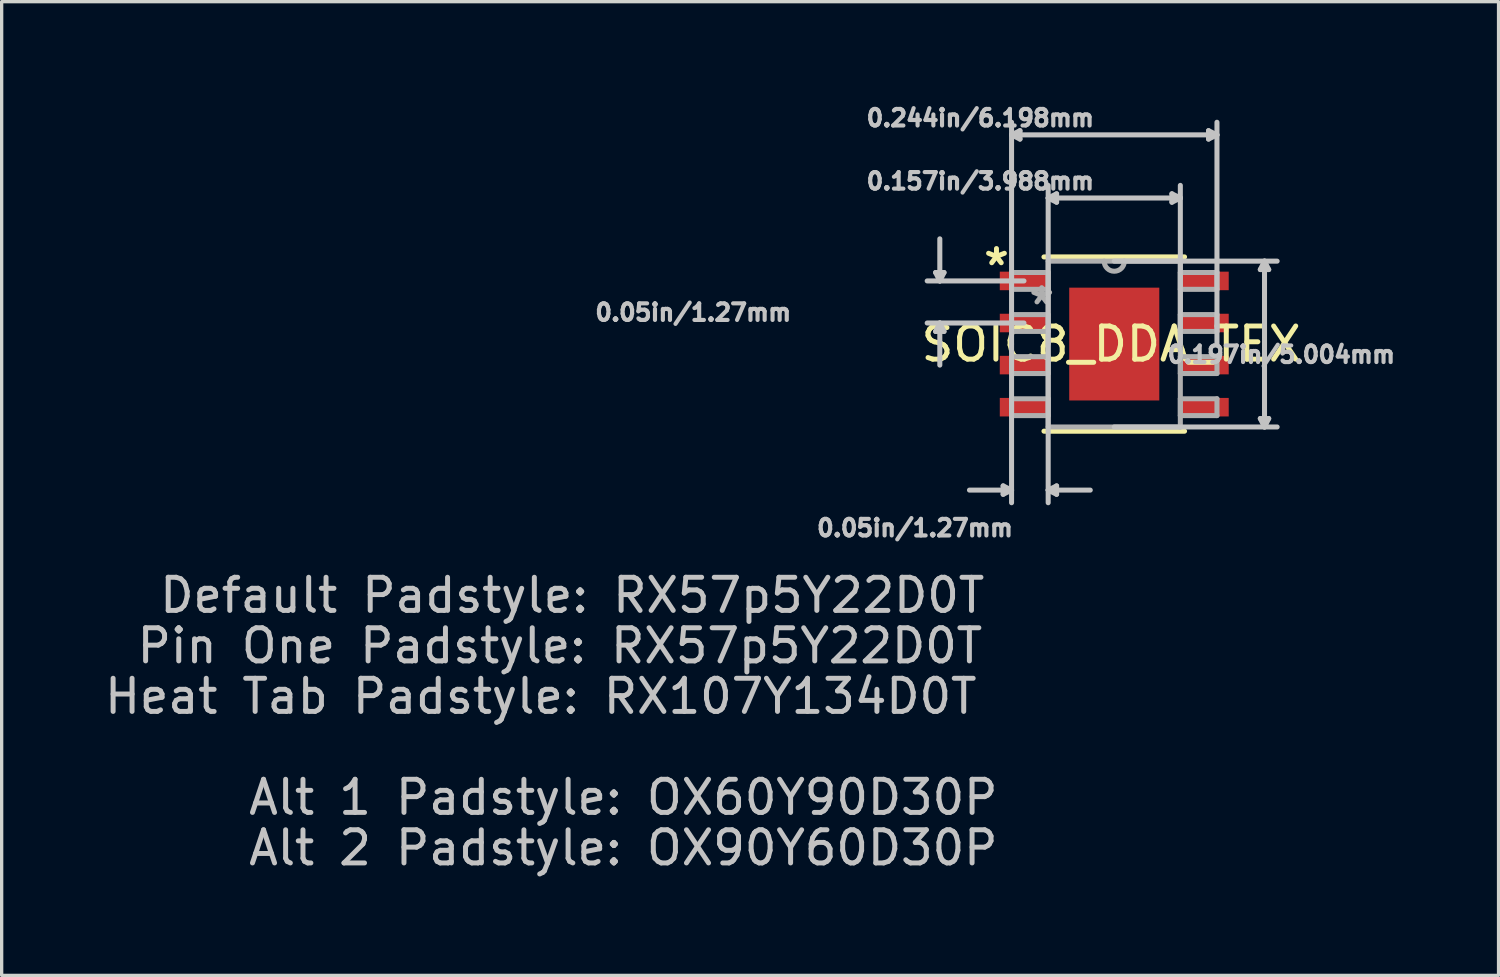
<source format=kicad_pcb>
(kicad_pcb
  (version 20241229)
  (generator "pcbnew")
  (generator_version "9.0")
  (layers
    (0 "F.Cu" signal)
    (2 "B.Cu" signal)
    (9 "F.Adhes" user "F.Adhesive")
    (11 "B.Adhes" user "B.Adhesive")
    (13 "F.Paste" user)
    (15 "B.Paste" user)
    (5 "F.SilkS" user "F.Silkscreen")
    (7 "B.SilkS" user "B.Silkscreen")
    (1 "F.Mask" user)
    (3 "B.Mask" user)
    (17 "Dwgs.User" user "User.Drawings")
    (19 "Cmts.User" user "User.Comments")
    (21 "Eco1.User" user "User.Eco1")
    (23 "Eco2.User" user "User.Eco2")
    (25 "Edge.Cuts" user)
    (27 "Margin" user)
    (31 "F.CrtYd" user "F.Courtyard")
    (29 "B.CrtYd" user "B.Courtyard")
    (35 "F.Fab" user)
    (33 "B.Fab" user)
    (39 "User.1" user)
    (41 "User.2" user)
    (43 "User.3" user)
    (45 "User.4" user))
  (footprint "SOIC8_DDA_TEX"
    (layer "F.Cu")
    (at 30.573 7.332)
    (property "Reference" "SOIC8_DDA_TEX" (at -0.096 0 0) (layer "F.SilkS") (effects (font (size 1 1) (thickness 0.15))))
    (attr smd)
    (fp_line (start -2.121 2.629) (end 2.121 2.629) (stroke (width 0.152) (type solid)) (layer "F.SilkS"))
    (fp_line (start 2.121 -2.629) (end -2.121 -2.629) (stroke (width 0.152) (type solid)) (layer "F.SilkS"))
    (fp_poly (pts (xy -1.259 -1.602) (xy -1.259 -0.1) (xy -0.1 -0.1) (xy -0.1 -1.602)) (stroke (width 0.025) (type solid)) (fill yes) (layer "F.Paste"))
    (fp_poly (pts (xy -1.259 0.1) (xy -1.259 1.602) (xy -0.1 1.602) (xy -0.1 0.1)) (stroke (width 0.025) (type solid)) (fill yes) (layer "F.Paste"))
    (fp_poly (pts (xy 0.1 -1.602) (xy 0.1 -0.1) (xy 1.259 -0.1) (xy 1.259 -1.602)) (stroke (width 0.025) (type solid)) (fill yes) (layer "F.Paste"))
    (fp_poly (pts (xy 0.1 0.1) (xy 0.1 1.602) (xy 1.259 1.602) (xy 1.259 0.1)) (stroke (width 0.025) (type solid)) (fill yes) (layer "F.Paste"))
    (fp_line (start -5.391 -2.159) (end -5.137 -2.159) (stroke (width 0.152) (type solid)) (layer "Dwgs.User"))
    (fp_line (start -5.391 -0.381) (end -5.137 -0.381) (stroke (width 0.152) (type solid)) (layer "Dwgs.User"))
    (fp_line (start -5.264 -1.905) (end -5.391 -2.159) (stroke (width 0.152) (type solid)) (layer "Dwgs.User"))
    (fp_line (start -5.264 -1.905) (end -5.264 -3.175) (stroke (width 0.152) (type solid)) (layer "Dwgs.User"))
    (fp_line (start -5.264 -1.905) (end -5.137 -2.159) (stroke (width 0.152) (type solid)) (layer "Dwgs.User"))
    (fp_line (start -5.264 -0.635) (end -5.391 -0.381) (stroke (width 0.152) (type solid)) (layer "Dwgs.User"))
    (fp_line (start -5.264 -0.635) (end -5.264 0.635) (stroke (width 0.152) (type solid)) (layer "Dwgs.User"))
    (fp_line (start -5.264 -0.635) (end -5.137 -0.381) (stroke (width 0.152) (type solid)) (layer "Dwgs.User"))
    (fp_line (start -3.353 4.28) (end -3.353 4.534) (stroke (width 0.152) (type solid)) (layer "Dwgs.User"))
    (fp_line (start -3.099 -6.312) (end -2.845 -6.439) (stroke (width 0.152) (type solid)) (layer "Dwgs.User"))
    (fp_line (start -3.099 -6.312) (end -2.845 -6.185) (stroke (width 0.152) (type solid)) (layer "Dwgs.User"))
    (fp_line (start -3.099 -6.312) (end 3.099 -6.312) (stroke (width 0.152) (type solid)) (layer "Dwgs.User"))
    (fp_line (start -3.099 0) (end -3.099 -6.693) (stroke (width 0.152) (type solid)) (layer "Dwgs.User"))
    (fp_line (start -3.099 0) (end -3.099 4.788) (stroke (width 0.152) (type solid)) (layer "Dwgs.User"))
    (fp_line (start -3.099 4.407) (end -4.369 4.407) (stroke (width 0.152) (type solid)) (layer "Dwgs.User"))
    (fp_line (start -3.099 4.407) (end -3.353 4.28) (stroke (width 0.152) (type solid)) (layer "Dwgs.User"))
    (fp_line (start -3.099 4.407) (end -3.353 4.534) (stroke (width 0.152) (type solid)) (layer "Dwgs.User"))
    (fp_line (start -2.845 -6.439) (end -2.845 -6.185) (stroke (width 0.152) (type solid)) (layer "Dwgs.User"))
    (fp_line (start -2.724 -1.905) (end -5.645 -1.905) (stroke (width 0.152) (type solid)) (layer "Dwgs.User"))
    (fp_line (start -2.724 -0.635) (end -5.645 -0.635) (stroke (width 0.152) (type solid)) (layer "Dwgs.User"))
    (fp_line (start -1.994 -4.407) (end -1.74 -4.534) (stroke (width 0.152) (type solid)) (layer "Dwgs.User"))
    (fp_line (start -1.994 -4.407) (end -1.74 -4.28) (stroke (width 0.152) (type solid)) (layer "Dwgs.User"))
    (fp_line (start -1.994 -4.407) (end 1.994 -4.407) (stroke (width 0.152) (type solid)) (layer "Dwgs.User"))
    (fp_line (start -1.994 0) (end -1.994 -4.788) (stroke (width 0.152) (type solid)) (layer "Dwgs.User"))
    (fp_line (start -1.994 0) (end -1.994 4.788) (stroke (width 0.152) (type solid)) (layer "Dwgs.User"))
    (fp_line (start -1.994 4.407) (end -1.74 4.28) (stroke (width 0.152) (type solid)) (layer "Dwgs.User"))
    (fp_line (start -1.994 4.407) (end -1.74 4.534) (stroke (width 0.152) (type solid)) (layer "Dwgs.User"))
    (fp_line (start -1.994 4.407) (end -0.724 4.407) (stroke (width 0.152) (type solid)) (layer "Dwgs.User"))
    (fp_line (start -1.74 -4.534) (end -1.74 -4.28) (stroke (width 0.152) (type solid)) (layer "Dwgs.User"))
    (fp_line (start -1.74 4.28) (end -1.74 4.534) (stroke (width 0.152) (type solid)) (layer "Dwgs.User"))
    (fp_line (start 0 -2.502) (end 4.915 -2.502) (stroke (width 0.152) (type solid)) (layer "Dwgs.User"))
    (fp_line (start 0 2.502) (end 4.915 2.502) (stroke (width 0.152) (type solid)) (layer "Dwgs.User"))
    (fp_line (start 1.74 -4.534) (end 1.74 -4.28) (stroke (width 0.152) (type solid)) (layer "Dwgs.User"))
    (fp_line (start 1.994 -4.407) (end 1.74 -4.534) (stroke (width 0.152) (type solid)) (layer "Dwgs.User"))
    (fp_line (start 1.994 -4.407) (end 1.74 -4.28) (stroke (width 0.152) (type solid)) (layer "Dwgs.User"))
    (fp_line (start 1.994 0) (end 1.994 -4.788) (stroke (width 0.152) (type solid)) (layer "Dwgs.User"))
    (fp_line (start 2.845 -6.439) (end 2.845 -6.185) (stroke (width 0.152) (type solid)) (layer "Dwgs.User"))
    (fp_line (start 3.099 -6.312) (end 2.845 -6.439) (stroke (width 0.152) (type solid)) (layer "Dwgs.User"))
    (fp_line (start 3.099 -6.312) (end 2.845 -6.185) (stroke (width 0.152) (type solid)) (layer "Dwgs.User"))
    (fp_line (start 3.099 0) (end 3.099 -6.693) (stroke (width 0.152) (type solid)) (layer "Dwgs.User"))
    (fp_line (start 4.407 -2.248) (end 4.661 -2.248) (stroke (width 0.152) (type solid)) (layer "Dwgs.User"))
    (fp_line (start 4.407 2.248) (end 4.661 2.248) (stroke (width 0.152) (type solid)) (layer "Dwgs.User"))
    (fp_line (start 4.534 -2.502) (end 4.407 -2.248) (stroke (width 0.152) (type solid)) (layer "Dwgs.User"))
    (fp_line (start 4.534 -2.502) (end 4.534 2.502) (stroke (width 0.152) (type solid)) (layer "Dwgs.User"))
    (fp_line (start 4.534 -2.502) (end 4.661 -2.248) (stroke (width 0.152) (type solid)) (layer "Dwgs.User"))
    (fp_line (start 4.534 2.502) (end 4.407 2.248) (stroke (width 0.152) (type solid)) (layer "Dwgs.User"))
    (fp_line (start 4.534 2.502) (end 4.661 2.248) (stroke (width 0.152) (type solid)) (layer "Dwgs.User"))
    (fp_line (start -3.099 -2.159) (end -3.099 -1.651) (stroke (width 0.152) (type solid)) (layer "F.Fab"))
    (fp_line (start -3.099 -1.651) (end -1.994 -1.651) (stroke (width 0.152) (type solid)) (layer "F.Fab"))
    (fp_line (start -3.099 -0.889) (end -3.099 -0.381) (stroke (width 0.152) (type solid)) (layer "F.Fab"))
    (fp_line (start -3.099 -0.381) (end -1.994 -0.381) (stroke (width 0.152) (type solid)) (layer "F.Fab"))
    (fp_line (start -3.099 0.381) (end -3.099 0.889) (stroke (width 0.152) (type solid)) (layer "F.Fab"))
    (fp_line (start -3.099 0.889) (end -1.994 0.889) (stroke (width 0.152) (type solid)) (layer "F.Fab"))
    (fp_line (start -3.099 1.651) (end -3.099 2.159) (stroke (width 0.152) (type solid)) (layer "F.Fab"))
    (fp_line (start -3.099 2.159) (end -1.994 2.159) (stroke (width 0.152) (type solid)) (layer "F.Fab"))
    (fp_line (start -1.994 -2.502) (end -1.994 2.502) (stroke (width 0.152) (type solid)) (layer "F.Fab"))
    (fp_line (start -1.994 -2.159) (end -3.099 -2.159) (stroke (width 0.152) (type solid)) (layer "F.Fab"))
    (fp_line (start -1.994 -1.651) (end -1.994 -2.159) (stroke (width 0.152) (type solid)) (layer "F.Fab"))
    (fp_line (start -1.994 -0.889) (end -3.099 -0.889) (stroke (width 0.152) (type solid)) (layer "F.Fab"))
    (fp_line (start -1.994 -0.381) (end -1.994 -0.889) (stroke (width 0.152) (type solid)) (layer "F.Fab"))
    (fp_line (start -1.994 0.381) (end -3.099 0.381) (stroke (width 0.152) (type solid)) (layer "F.Fab"))
    (fp_line (start -1.994 0.889) (end -1.994 0.381) (stroke (width 0.152) (type solid)) (layer "F.Fab"))
    (fp_line (start -1.994 1.651) (end -3.099 1.651) (stroke (width 0.152) (type solid)) (layer "F.Fab"))
    (fp_line (start -1.994 2.159) (end -1.994 1.651) (stroke (width 0.152) (type solid)) (layer "F.Fab"))
    (fp_line (start -1.994 2.502) (end 1.994 2.502) (stroke (width 0.152) (type solid)) (layer "F.Fab"))
    (fp_line (start 1.994 -2.502) (end -1.994 -2.502) (stroke (width 0.152) (type solid)) (layer "F.Fab"))
    (fp_line (start 1.994 -2.159) (end 1.994 -1.651) (stroke (width 0.152) (type solid)) (layer "F.Fab"))
    (fp_line (start 1.994 -1.651) (end 3.099 -1.651) (stroke (width 0.152) (type solid)) (layer "F.Fab"))
    (fp_line (start 1.994 -0.889) (end 1.994 -0.381) (stroke (width 0.152) (type solid)) (layer "F.Fab"))
    (fp_line (start 1.994 -0.381) (end 3.099 -0.381) (stroke (width 0.152) (type solid)) (layer "F.Fab"))
    (fp_line (start 1.994 0.381) (end 1.994 0.889) (stroke (width 0.152) (type solid)) (layer "F.Fab"))
    (fp_line (start 1.994 0.889) (end 3.099 0.889) (stroke (width 0.152) (type solid)) (layer "F.Fab"))
    (fp_line (start 1.994 1.651) (end 1.994 2.159) (stroke (width 0.152) (type solid)) (layer "F.Fab"))
    (fp_line (start 1.994 2.159) (end 3.099 2.159) (stroke (width 0.152) (type solid)) (layer "F.Fab"))
    (fp_line (start 1.994 2.502) (end 1.994 -2.502) (stroke (width 0.152) (type solid)) (layer "F.Fab"))
    (fp_line (start 3.099 -2.159) (end 1.994 -2.159) (stroke (width 0.152) (type solid)) (layer "F.Fab"))
    (fp_line (start 3.099 -1.651) (end 3.099 -2.159) (stroke (width 0.152) (type solid)) (layer "F.Fab"))
    (fp_line (start 3.099 -0.889) (end 1.994 -0.889) (stroke (width 0.152) (type solid)) (layer "F.Fab"))
    (fp_line (start 3.099 -0.381) (end 3.099 -0.889) (stroke (width 0.152) (type solid)) (layer "F.Fab"))
    (fp_line (start 3.099 0.381) (end 1.994 0.381) (stroke (width 0.152) (type solid)) (layer "F.Fab"))
    (fp_line (start 3.099 0.889) (end 3.099 0.381) (stroke (width 0.152) (type solid)) (layer "F.Fab"))
    (fp_line (start 3.099 1.651) (end 1.994 1.651) (stroke (width 0.152) (type solid)) (layer "F.Fab"))
    (fp_line (start 3.099 2.159) (end 3.099 1.651) (stroke (width 0.152) (type solid)) (layer "F.Fab"))
    (fp_arc (start 0.3048 -2.5019) (mid 0 -2.1971) (end -0.3048 -2.5019) (stroke (width 0.1524) (type solid)) (layer "F.Fab"))
    (fp_text user "*" (at -3.554 -2.337 0) (layer "F.SilkS") (effects (font (size 1 1) (thickness 0.15))))
    (fp_text user "Heat Tab Padstyle: RX107Y134D0T" (at -17.305 10.63 0) (layer "Dwgs.User") (effects (font (size 1 1) (thickness 0.15))))
    (fp_text user "Alt 2 Padstyle: OX90Y60D30P" (at -14.814 15.202 0) (layer "Dwgs.User") (effects (font (size 1 1) (thickness 0.15))))
    (fp_text user "0.244in/6.198mm" (at -4.042 -6.82 0) (layer "Dwgs.User") (effects (font (size 0.5 0.5) (thickness 0.15))))
    (fp_text user "0.05in/1.27mm" (at -6.013 5.55 0) (layer "Dwgs.User") (effects (font (size 0.5 0.5) (thickness 0.15))))
    (fp_text user "Pin One Padstyle: RX57p5Y22D0T" (at -16.729 9.106 0) (layer "Dwgs.User") (effects (font (size 1 1) (thickness 0.15))))
    (fp_text user "0.157in/3.988mm" (at -4.042 -4.915 0) (layer "Dwgs.User") (effects (font (size 0.5 0.5) (thickness 0.15))))
    (fp_text user "0.05in/1.27mm" (at -12.704 -0.953 0) (layer "Dwgs.User") (effects (font (size 0.5 0.5) (thickness 0.15))))
    (fp_text user "Alt 1 Padstyle: OX60Y90D30P" (at -14.814 13.678 0) (layer "Dwgs.User") (effects (font (size 1 1) (thickness 0.15))))
    (fp_text user "Default Padstyle: RX57p5Y22D0T" (at -16.356 7.582 0) (layer "Dwgs.User") (effects (font (size 1 1) (thickness 0.15))))
    (fp_text user "0.197in/5.004mm" (at 5.042 0.318 0) (layer "Dwgs.User") (effects (font (size 0.5 0.5) (thickness 0.15))))
    (fp_text user "*" (at -2.189 -1.156 0) (layer "F.Fab") (effects (font (size 1 1) (thickness 0.15))))
    (pad "1" smd rect (at -2.724 -1.905) (size 1.46 0.559) (layers "F.Cu" "F.Mask" "F.Paste"))
    (pad "2" smd rect (at -2.724 -0.635) (size 1.46 0.559) (layers "F.Cu" "F.Mask" "F.Paste"))
    (pad "3" smd rect (at -2.724 0.635) (size 1.46 0.559) (layers "F.Cu" "F.Mask" "F.Paste"))
    (pad "4" smd rect (at -2.724 1.905) (size 1.46 0.559) (layers "F.Cu" "F.Mask" "F.Paste"))
    (pad "5" smd rect (at 2.724 1.905) (size 1.46 0.559) (layers "F.Cu" "F.Mask" "F.Paste"))
    (pad "6" smd rect (at 2.724 0.635) (size 1.46 0.559) (layers "F.Cu" "F.Mask" "F.Paste"))
    (pad "7" smd rect (at 2.724 -0.635) (size 1.46 0.559) (layers "F.Cu" "F.Mask" "F.Paste"))
    (pad "8" smd rect (at 2.724 -1.905) (size 1.46 0.559) (layers "F.Cu" "F.Mask" "F.Paste"))
    (pad "9" smd rect (at 0 0) (size 2.718 3.404) (layers "F.Cu" "F.Mask")))
  (gr_rect
    (start -3 -3)
    (end 42.169 26.382)
    (stroke (width 0.1) (type default))
    (fill no)
    (layer "Edge.Cuts")))
</source>
